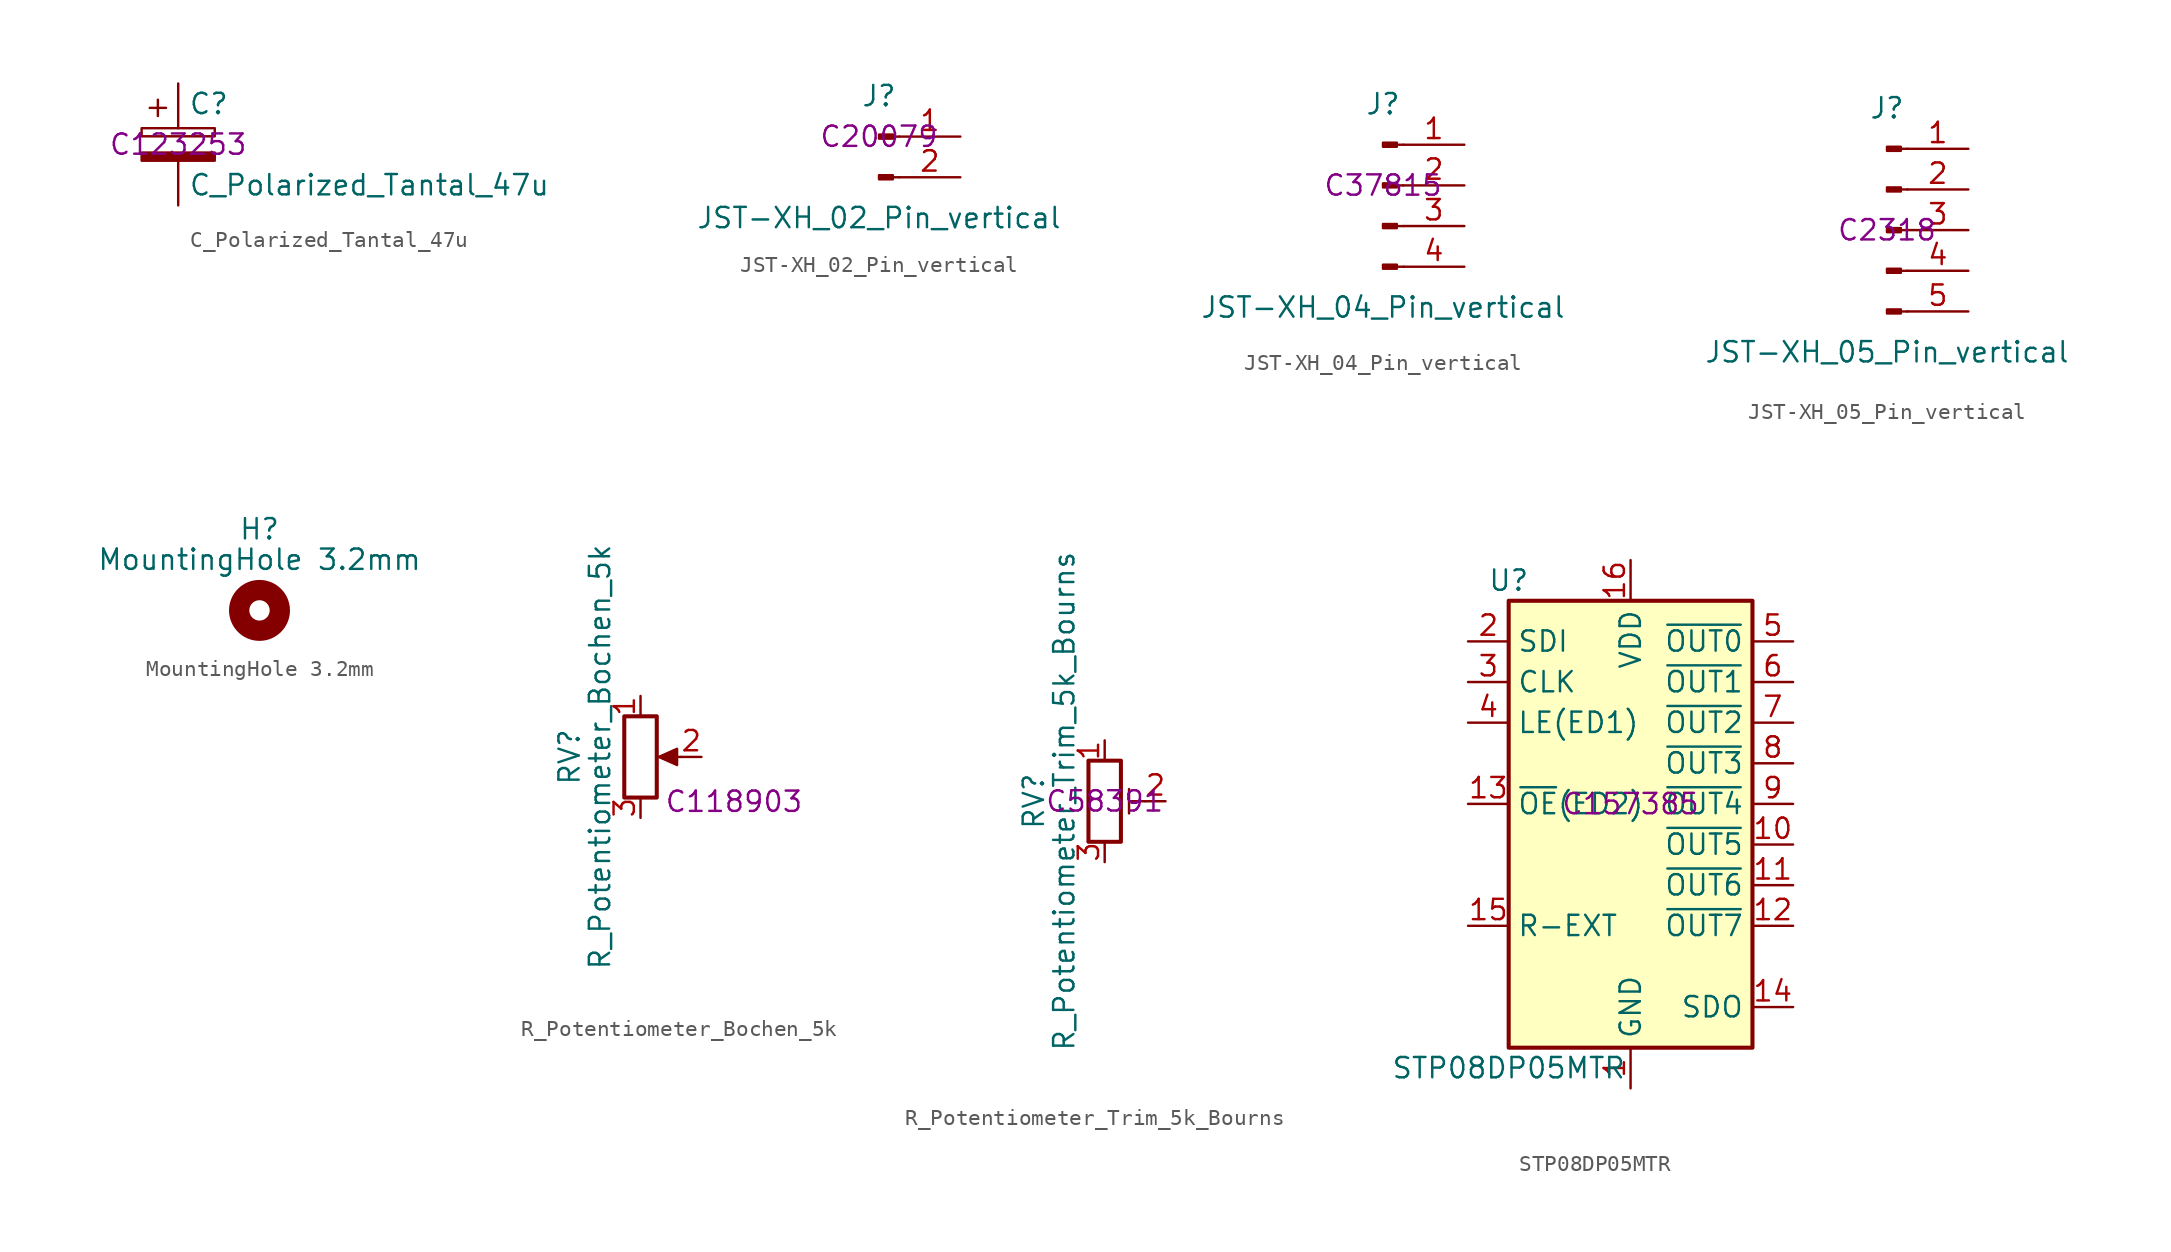
<source format=kicad_sym>
(kicad_symbol_lib
  (version 20241209)
  (generator "kicad_symbol_editor")
  (generator_version "9.0")
  (symbol "C_Polarized_Tantal_47u"
    (pin_numbers
      (hide yes))
    (pin_names
      (offset 0.254))
    (property "Reference" "C"
      (at 0.635 2.54 0)
      (effects (font (size 1.27 1.27)) (justify left)))
    (property "Value" "C_Polarized_Tantal_47u"
      (at 0.635 -2.54 0)
      (effects (font (size 1.27 1.27)) (justify left)))
    (property "LCSC" "C123253"
      (at 0 0 0)
      (effects (font (size 1.27 1.27))))
    (symbol "C_Polarized_Tantal_47u_0_1"
      (rectangle (start -2.286 0.508) (end 2.286 1.016) (stroke (width 0) (type default)) (fill (type none)))
      (polyline (pts (xy -1.778 2.286) (xy -0.762 2.286)) (stroke (width 0) (type default)) (fill (type none)))
      (polyline (pts (xy -1.27 2.794) (xy -1.27 1.778)) (stroke (width 0) (type default)) (fill (type none)))
      (rectangle (start 2.286 -0.508) (end -2.286 -1.016) (stroke (width 0) (type default)) (fill (type outline))))
    (symbol "C_Polarized_Tantal_47u_1_1"
      (pin passive line (at 0 3.81 270) (length 2.794) (name "~" (effects (font (size 1.27 1.27)))) (number "1" (effects (font (size 1.27 1.27)))))
      (pin passive line (at 0 -3.81 90) (length 2.794) (name "~" (effects (font (size 1.27 1.27)))) (number "2" (effects (font (size 1.27 1.27)))))))
  (symbol "JST-XH_02_Pin_vertical"
    (pin_names
      (offset 1.016)
      (hide yes))
    (property "Reference" "J"
      (at 0 2.54 0)
      (effects (font (size 1.27 1.27))))
    (property "Value" "JST-XH_02_Pin_vertical"
      (at 0 -5.08 0)
      (effects (font (size 1.27 1.27))))
    (property "LCSC" "C20079"
      (at 0 0 0)
      (effects (font (size 1.27 1.27))))
    (symbol "JST-XH_02_Pin_vertical_1_1"
      (rectangle (start 0.864 0.127) (end 0 -0.127) (stroke (width 0.152) (type default)) (fill (type outline)))
      (rectangle (start 0.864 -2.413) (end 0 -2.667) (stroke (width 0.152) (type default)) (fill (type outline)))
      (polyline (pts (xy 1.27 0) (xy 0.864 0)) (stroke (width 0.152) (type default)) (fill (type none)))
      (polyline (pts (xy 1.27 -2.54) (xy 0.864 -2.54)) (stroke (width 0.152) (type default)) (fill (type none)))
      (pin passive line (at 5.08 0 180) (length 3.81) (name "Pin_1" (effects (font (size 1.27 1.27)))) (number "1" (effects (font (size 1.27 1.27)))))
      (pin passive line (at 5.08 -2.54 180) (length 3.81) (name "Pin_2" (effects (font (size 1.27 1.27)))) (number "2" (effects (font (size 1.27 1.27)))))))
  (symbol "JST-XH_04_Pin_vertical"
    (pin_names
      (offset 1.016)
      (hide yes))
    (property "Reference" "J"
      (at 0 5.08 0)
      (effects (font (size 1.27 1.27))))
    (property "Value" "JST-XH_04_Pin_vertical"
      (at 0 -7.62 0)
      (effects (font (size 1.27 1.27))))
    (property "LCSC" "C37815"
      (at 0 0 0)
      (effects (font (size 1.27 1.27))))
    (symbol "JST-XH_04_Pin_vertical_1_1"
      (rectangle (start 0.864 2.667) (end 0 2.413) (stroke (width 0.152) (type default)) (fill (type outline)))
      (rectangle (start 0.864 0.127) (end 0 -0.127) (stroke (width 0.152) (type default)) (fill (type outline)))
      (rectangle (start 0.864 -2.413) (end 0 -2.667) (stroke (width 0.152) (type default)) (fill (type outline)))
      (rectangle (start 0.864 -4.953) (end 0 -5.207) (stroke (width 0.152) (type default)) (fill (type outline)))
      (polyline (pts (xy 1.27 2.54) (xy 0.864 2.54)) (stroke (width 0.152) (type default)) (fill (type none)))
      (polyline (pts (xy 1.27 0) (xy 0.864 0)) (stroke (width 0.152) (type default)) (fill (type none)))
      (polyline (pts (xy 1.27 -2.54) (xy 0.864 -2.54)) (stroke (width 0.152) (type default)) (fill (type none)))
      (polyline (pts (xy 1.27 -5.08) (xy 0.864 -5.08)) (stroke (width 0.152) (type default)) (fill (type none)))
      (pin passive line (at 5.08 2.54 180) (length 3.81) (name "Pin_1" (effects (font (size 1.27 1.27)))) (number "1" (effects (font (size 1.27 1.27)))))
      (pin passive line (at 5.08 0 180) (length 3.81) (name "Pin_2" (effects (font (size 1.27 1.27)))) (number "2" (effects (font (size 1.27 1.27)))))
      (pin passive line (at 5.08 -2.54 180) (length 3.81) (name "Pin_3" (effects (font (size 1.27 1.27)))) (number "3" (effects (font (size 1.27 1.27)))))
      (pin passive line (at 5.08 -5.08 180) (length 3.81) (name "Pin_4" (effects (font (size 1.27 1.27)))) (number "4" (effects (font (size 1.27 1.27)))))))
  (symbol "JST-XH_05_Pin_vertical"
    (pin_names
      (offset 1.016)
      (hide yes))
    (property "Reference" "J"
      (at 0 7.62 0)
      (effects (font (size 1.27 1.27))))
    (property "Value" "JST-XH_05_Pin_vertical"
      (at 0 -7.62 0)
      (effects (font (size 1.27 1.27))))
    (property "LCSC" "C2318"
      (at 0 0 0)
      (effects (font (size 1.27 1.27))))
    (symbol "JST-XH_05_Pin_vertical_1_1"
      (rectangle (start 0.864 5.207) (end 0 4.953) (stroke (width 0.152) (type default)) (fill (type outline)))
      (rectangle (start 0.864 2.667) (end 0 2.413) (stroke (width 0.152) (type default)) (fill (type outline)))
      (rectangle (start 0.864 0.127) (end 0 -0.127) (stroke (width 0.152) (type default)) (fill (type outline)))
      (rectangle (start 0.864 -2.413) (end 0 -2.667) (stroke (width 0.152) (type default)) (fill (type outline)))
      (rectangle (start 0.864 -4.953) (end 0 -5.207) (stroke (width 0.152) (type default)) (fill (type outline)))
      (polyline (pts (xy 1.27 5.08) (xy 0.864 5.08)) (stroke (width 0.152) (type default)) (fill (type none)))
      (polyline (pts (xy 1.27 2.54) (xy 0.864 2.54)) (stroke (width 0.152) (type default)) (fill (type none)))
      (polyline (pts (xy 1.27 0) (xy 0.864 0)) (stroke (width 0.152) (type default)) (fill (type none)))
      (polyline (pts (xy 1.27 -2.54) (xy 0.864 -2.54)) (stroke (width 0.152) (type default)) (fill (type none)))
      (polyline (pts (xy 1.27 -5.08) (xy 0.864 -5.08)) (stroke (width 0.152) (type default)) (fill (type none)))
      (pin passive line (at 5.08 5.08 180) (length 3.81) (name "Pin_1" (effects (font (size 1.27 1.27)))) (number "1" (effects (font (size 1.27 1.27)))))
      (pin passive line (at 5.08 2.54 180) (length 3.81) (name "Pin_2" (effects (font (size 1.27 1.27)))) (number "2" (effects (font (size 1.27 1.27)))))
      (pin passive line (at 5.08 0 180) (length 3.81) (name "Pin_3" (effects (font (size 1.27 1.27)))) (number "3" (effects (font (size 1.27 1.27)))))
      (pin passive line (at 5.08 -2.54 180) (length 3.81) (name "Pin_4" (effects (font (size 1.27 1.27)))) (number "4" (effects (font (size 1.27 1.27)))))
      (pin passive line (at 5.08 -5.08 180) (length 3.81) (name "Pin_5" (effects (font (size 1.27 1.27)))) (number "5" (effects (font (size 1.27 1.27)))))))
  (symbol "MountingHole 3.2mm"
    (pin_names
      (offset 1.016))
    (property "Reference" "H"
      (at 0 5.08 0)
      (effects (font (size 1.27 1.27))))
    (property "Value" "MountingHole 3.2mm"
      (at 0 3.175 0)
      (effects (font (size 1.27 1.27))))
    (symbol "MountingHole 3.2mm_0_1"
      (circle (center 0 0) (radius 1.27) (stroke (width 1.27) (type default)) (fill (type none)))))
  (symbol "R_Potentiometer_Bochen_5k"
    (pin_names
      (offset 1.016)
      (hide yes))
    (property "Reference" "RV"
      (at -4.445 0 90)
      (effects (font (size 1.27 1.27))))
    (property "Value" "R_Potentiometer_Bochen_5k"
      (at -2.54 0 90)
      (effects (font (size 1.27 1.27))))
    (property "LCSC" "C118903"
      (at 5.842 -2.794 0)
      (effects (font (size 1.27 1.27))))
    (symbol "R_Potentiometer_Bochen_5k_0_1"
      (rectangle (start 1.016 2.54) (end -1.016 -2.54) (stroke (width 0.254) (type default)) (fill (type none)))
      (polyline (pts (xy 1.143 0) (xy 2.286 0.508) (xy 2.286 -0.508) (xy 1.143 0)) (stroke (width 0) (type default)) (fill (type outline)))
      (polyline (pts (xy 2.54 0) (xy 1.524 0)) (stroke (width 0) (type default)) (fill (type none))))
    (symbol "R_Potentiometer_Bochen_5k_1_1"
      (pin passive line (at 0 3.81 270) (length 1.27) (name "1" (effects (font (size 1.27 1.27)))) (number "1" (effects (font (size 1.27 1.27)))))
      (pin passive line (at 0 -3.81 90) (length 1.27) (name "3" (effects (font (size 1.27 1.27)))) (number "3" (effects (font (size 1.27 1.27)))))
      (pin passive line (at 3.81 0 180) (length 1.27) (name "2" (effects (font (size 1.27 1.27)))) (number "2" (effects (font (size 1.27 1.27)))))))
  (symbol "R_Potentiometer_Trim_5k_Bourns"
    (pin_names
      (offset 1.016)
      (hide yes))
    (property "Reference" "RV"
      (at -4.445 0 90)
      (effects (font (size 1.27 1.27))))
    (property "Value" "R_Potentiometer_Trim_5k_Bourns"
      (at -2.54 0 90)
      (effects (font (size 1.27 1.27))))
    (property "LCSC" "C58391"
      (at 0 0 0)
      (effects (font (size 1.27 1.27))))
    (symbol "R_Potentiometer_Trim_5k_Bourns_0_1"
      (rectangle (start 1.016 2.54) (end -1.016 -2.54) (stroke (width 0.254) (type default)) (fill (type none)))
      (polyline (pts (xy 1.524 0.762) (xy 1.524 -0.762)) (stroke (width 0) (type default)) (fill (type none)))
      (polyline (pts (xy 2.54 0) (xy 1.524 0)) (stroke (width 0) (type default)) (fill (type none))))
    (symbol "R_Potentiometer_Trim_5k_Bourns_1_1"
      (pin passive line (at 0 3.81 270) (length 1.27) (name "1" (effects (font (size 1.27 1.27)))) (number "1" (effects (font (size 1.27 1.27)))))
      (pin passive line (at 0 -3.81 90) (length 1.27) (name "3" (effects (font (size 1.27 1.27)))) (number "3" (effects (font (size 1.27 1.27)))))
      (pin passive line (at 3.81 0 180) (length 1.27) (name "2" (effects (font (size 1.27 1.27)))) (number "2" (effects (font (size 1.27 1.27)))))))
  (symbol "STP08DP05MTR"
    (property "Reference" "U"
      (at -7.62 13.97 0)
      (effects (font (size 1.27 1.27))))
    (property "Value" "STP08DP05MTR"
      (at -7.62 -16.51 0)
      (effects (font (size 1.27 1.27))))
    (property "LCSC" "C157385"
      (at 0 0 0)
      (effects (font (size 1.27 1.27))))
    (symbol "STP08DP05MTR_1_0"
      (pin input line (at -10.16 10.16 0) (length 2.54) (name "SDI" (effects (font (size 1.27 1.27)))) (number "2" (effects (font (size 1.27 1.27)))))
      (pin input line (at -10.16 7.62 0) (length 2.54) (name "CLK" (effects (font (size 1.27 1.27)))) (number "3" (effects (font (size 1.27 1.27)))))
      (pin passive line (at -10.16 5.08 0) (length 2.54) (name "LE(ED1)" (effects (font (size 1.27 1.27)))) (number "4" (effects (font (size 1.27 1.27)))))
      (pin passive line (at -10.16 0 0) (length 2.54) (name "~{OE}(ED2)" (effects (font (size 1.27 1.27)))) (number "13" (effects (font (size 1.27 1.27)))))
      (pin input line (at -10.16 -7.62 0) (length 2.54) (name "R-EXT" (effects (font (size 1.27 1.27)))) (number "15" (effects (font (size 1.27 1.27)))))
      (pin power_in line (at 0 15.24 270) (length 2.54) (name "VDD" (effects (font (size 1.27 1.27)))) (number "16" (effects (font (size 1.27 1.27)))))
      (pin power_in line (at 0 -17.78 90) (length 2.54) (name "GND" (effects (font (size 1.27 1.27)))) (number "1" (effects (font (size 1.27 1.27)))))
      (pin open_collector line (at 10.16 10.16 180) (length 2.54) (name "~{OUT0}" (effects (font (size 1.27 1.27)))) (number "5" (effects (font (size 1.27 1.27)))))
      (pin open_collector line (at 10.16 7.62 180) (length 2.54) (name "~{OUT1}" (effects (font (size 1.27 1.27)))) (number "6" (effects (font (size 1.27 1.27)))))
      (pin open_collector line (at 10.16 5.08 180) (length 2.54) (name "~{OUT2}" (effects (font (size 1.27 1.27)))) (number "7" (effects (font (size 1.27 1.27)))))
      (pin open_collector line (at 10.16 2.54 180) (length 2.54) (name "~{OUT3}" (effects (font (size 1.27 1.27)))) (number "8" (effects (font (size 1.27 1.27)))))
      (pin open_collector line (at 10.16 0 180) (length 2.54) (name "~{OUT4}" (effects (font (size 1.27 1.27)))) (number "9" (effects (font (size 1.27 1.27)))))
      (pin open_collector line (at 10.16 -2.54 180) (length 2.54) (name "~{OUT5}" (effects (font (size 1.27 1.27)))) (number "10" (effects (font (size 1.27 1.27)))))
      (pin open_collector line (at 10.16 -5.08 180) (length 2.54) (name "~{OUT6}" (effects (font (size 1.27 1.27)))) (number "11" (effects (font (size 1.27 1.27)))))
      (pin open_collector line (at 10.16 -7.62 180) (length 2.54) (name "~{OUT7}" (effects (font (size 1.27 1.27)))) (number "12" (effects (font (size 1.27 1.27)))))
      (pin output line (at 10.16 -12.7 180) (length 2.54) (name "SDO" (effects (font (size 1.27 1.27)))) (number "14" (effects (font (size 1.27 1.27))))))
    (symbol "STP08DP05MTR_1_1"
      (rectangle (start -7.62 12.7) (end 7.62 -15.24) (stroke (width 0.254) (type default)) (fill (type background))))))
</source>
